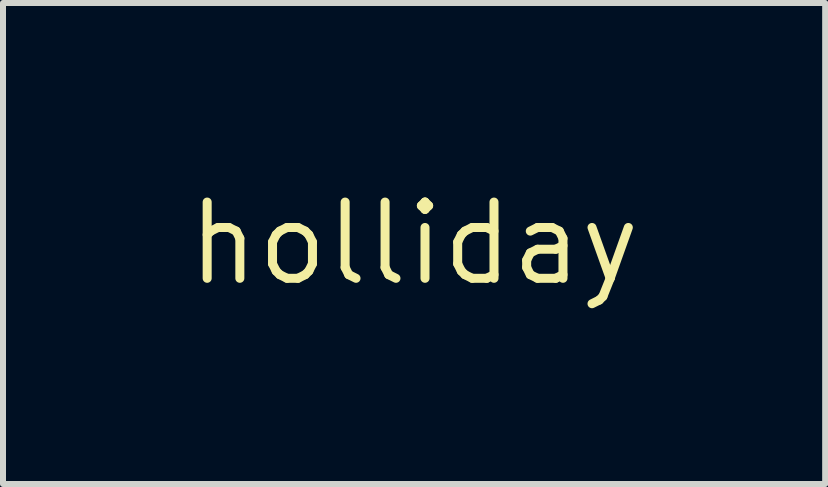
<source format=kicad_pcb>
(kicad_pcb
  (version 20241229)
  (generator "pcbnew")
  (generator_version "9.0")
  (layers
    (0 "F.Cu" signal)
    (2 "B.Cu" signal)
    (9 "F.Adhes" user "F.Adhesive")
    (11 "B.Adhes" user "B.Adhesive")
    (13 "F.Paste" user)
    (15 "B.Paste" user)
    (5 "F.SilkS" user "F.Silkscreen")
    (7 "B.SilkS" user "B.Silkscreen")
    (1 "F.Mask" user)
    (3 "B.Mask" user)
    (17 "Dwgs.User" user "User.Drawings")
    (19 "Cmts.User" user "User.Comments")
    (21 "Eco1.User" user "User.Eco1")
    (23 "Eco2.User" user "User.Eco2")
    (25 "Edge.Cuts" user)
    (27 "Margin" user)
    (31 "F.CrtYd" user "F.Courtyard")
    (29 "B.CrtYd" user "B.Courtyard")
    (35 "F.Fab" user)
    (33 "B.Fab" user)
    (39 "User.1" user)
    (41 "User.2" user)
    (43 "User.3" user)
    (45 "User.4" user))
  (footprint "holliday"
    (layer "F.Cu")
    (at 3.848 1.006)
    (property "Reference" "holliday" (at 0 0 0) (layer "F.SilkS") (effects (font (size 1.27 1.27) (thickness 0.15))))
    (attr board_only exclude_from_pos_files exclude_from_bom)
    (fp_poly (pts (xy 0.318 0.267) (xy 0.191 0.267) (xy 0.191 -0.267) (xy 0.318 -0.267) (xy 0.318 0.267)) (stroke (width 0.01) (type solid)) (fill yes) (layer "F.Mask"))
    (fp_poly (pts (xy -0.572 0.152) (xy -0.368 0.152) (xy -0.368 0.267) (xy -0.711 0.267) (xy -0.711 -0.267) (xy -0.572 -0.267) (xy -0.572 0.152)) (stroke (width 0.01) (type solid)) (fill yes) (layer "F.Mask"))
    (fp_poly (pts (xy -0.127 0.152) (xy 0.076 0.152) (xy 0.076 0.267) (xy -0.254 0.267) (xy -0.254 -0.267) (xy -0.127 -0.267) (xy -0.127 0.152)) (stroke (width 0.01) (type solid)) (fill yes) (layer "F.Mask"))
    (fp_poly (pts (xy 1.887 -0.267) (xy 1.714 0.03) (xy 1.714 0.267) (xy 1.587 0.267) (xy 1.587 0.03) (xy 1.417 -0.267) (xy 1.568 -0.267) (xy 1.651 -0.074) (xy 1.742 -0.267)) (stroke (width 0.01) (type solid)) (fill yes) (layer "F.Mask"))
    (fp_poly (pts (xy -1.753 -0.064) (xy -1.575 -0.064) (xy -1.575 -0.267) (xy -1.448 -0.267) (xy -1.448 0.267) (xy -1.575 0.267) (xy -1.575 0.051) (xy -1.753 0.051) (xy -1.753 0.267) (xy -1.88 0.267) (xy -1.88 -0.267) (xy -1.753 -0.267) (xy -1.753 -0.064)) (stroke (width 0.01) (type solid)) (fill yes) (layer "F.Mask"))
    (fp_poly (pts (xy 1.247 -0.267) (xy 1.333 0.03) (xy 1.409 0.267) (xy 1.271 0.267) (xy 1.227 0.127) (xy 1.094 0.127) (xy 1.053 0.267) (xy 0.922 0.267) (xy 0.991 0.03) (xy 1.209 0.03) (xy 1.16 -0.133) (xy 1.113 0.03) (xy 0.991 0.03) (xy 1.081 -0.267)) (stroke (width 0.01) (type solid)) (fill yes) (layer "F.Mask"))
    (fp_poly (pts (xy 0.592 -0.267) (xy 0.692 -0.26) (xy 0.773 -0.238) (xy 0.833 -0.201) (xy 0.875 -0.148) (xy 0.898 -0.078) (xy 0.904 -0.004) (xy 0.895 0.077) (xy 0.869 0.142) (xy 0.824 0.196) (xy 0.816 0.203) (xy 0.772 0.232) (xy 0.718 0.251) (xy 0.65 0.262) (xy 0.563 0.267) (xy 0.547 0.267) (xy 0.432 0.267) (xy 0.432 -0.165) (xy 0.572 -0.165) (xy 0.572 0.165) (xy 0.613 0.165) (xy 0.653 0.158) (xy 0.693 0.141) (xy 0.695 0.14) (xy 0.73 0.114) (xy 0.752 0.081) (xy 0.765 0.033) (xy 0.767 0.023) (xy 0.767 -0.039) (xy 0.745 -0.093) (xy 0.706 -0.135) (xy 0.653 -0.16) (xy 0.611 -0.165) (xy 0.572 -0.165) (xy 0.432 -0.165) (xy 0.432 -0.267) (xy 0.506 -0.267) (xy 0.549 -0.267) (xy 0.592 -0.267)) (stroke (width 0.01) (type solid)) (fill yes) (layer "F.Mask"))
    (fp_poly (pts (xy -0.999 -0.261) (xy -0.946 -0.243) (xy -0.899 -0.207) (xy -0.887 -0.195) (xy -0.856 -0.155) (xy -0.837 -0.111) (xy -0.827 -0.055) (xy -0.826 0.001) (xy -0.833 0.084) (xy -0.857 0.15) (xy -0.898 0.204) (xy -0.923 0.225) (xy -0.952 0.244) (xy -0.981 0.255) (xy -1.019 0.261) (xy -1.066 0.264) (xy -1.12 0.265) (xy -1.158 0.261) (xy -1.189 0.251) (xy -1.213 0.238) (xy -1.266 0.194) (xy -1.303 0.134) (xy -1.325 0.064) (xy -1.328 0.028) (xy -1.192 0.028) (xy -1.18 0.081) (xy -1.153 0.126) (xy -1.147 0.132) (xy -1.105 0.159) (xy -1.059 0.162) (xy -1.013 0.14) (xy -1.012 0.139) (xy -0.979 0.1) (xy -0.962 0.051) (xy -0.958 -0.003) (xy -0.966 -0.057) (xy -0.986 -0.105) (xy -1.016 -0.142) (xy -1.055 -0.163) (xy -1.076 -0.165) (xy -1.119 -0.154) (xy -1.153 -0.123) (xy -1.178 -0.08) (xy -1.191 -0.027) (xy -1.192 0.028) (xy -1.328 0.028) (xy -1.331 -0.011) (xy -1.32 -0.085) (xy -1.291 -0.153) (xy -1.266 -0.186) (xy -1.219 -0.229) (xy -1.165 -0.255) (xy -1.097 -0.266) (xy -1.067 -0.267) (xy -0.999 -0.261)) (stroke (width 0.01) (type solid)) (fill yes) (layer "F.Mask")))
  (gr_rect
    (start -3 -3)
    (end 10.695 5.012)
    (stroke (width 0.1) (type default))
    (fill no)
    (layer "Edge.Cuts")))
</source>
